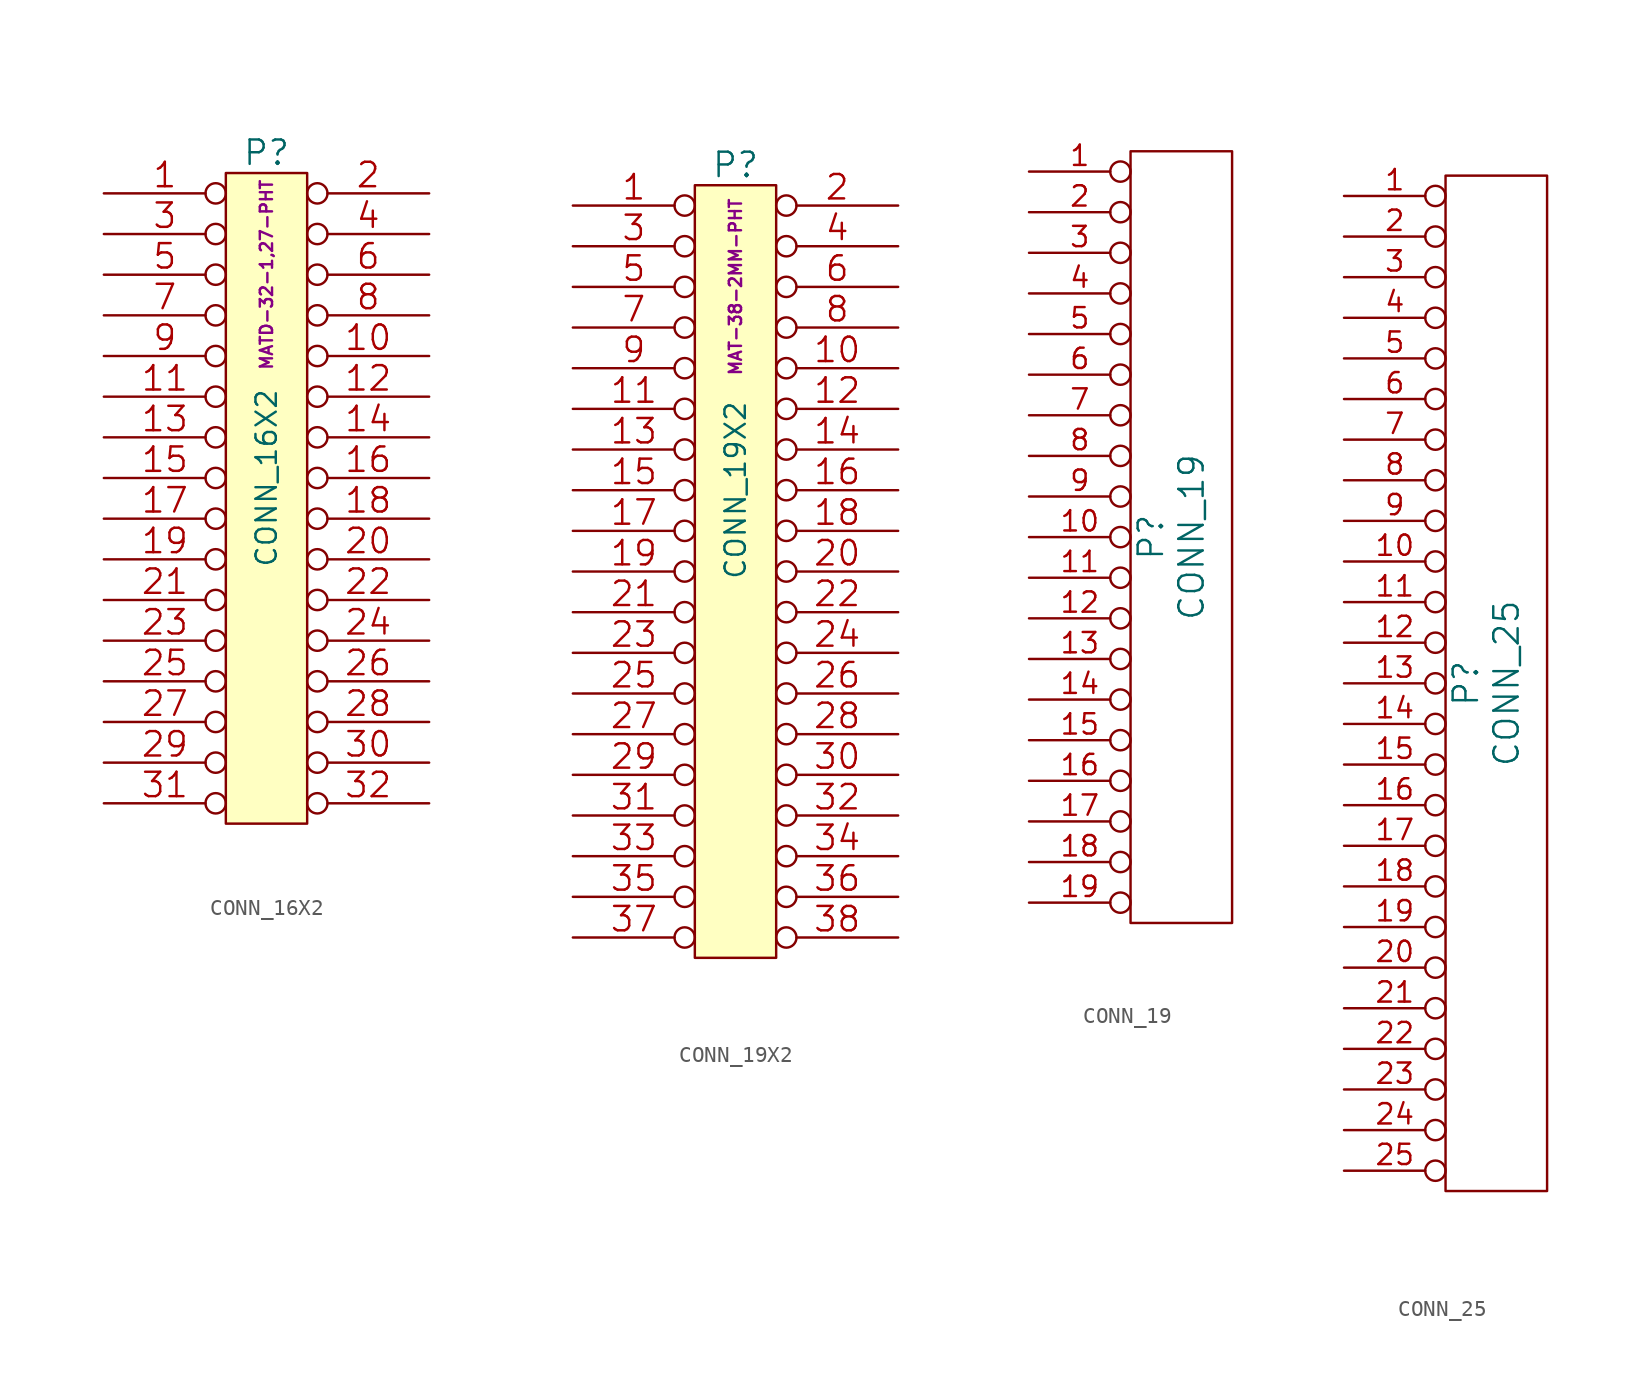
<source format=kicad_sym>
(kicad_symbol_lib
  (version 20220914)
  (generator kicad_symbol_editor)
  (symbol "CONN_16X2"
    (pin_names
      (offset 0.254) hide)
    (property "Reference" "P"
      (at 0 21.59 0)
      (effects (font (size 1.524 1.524))))
    (property "Value" "CONN_16X2"
      (at 0 1.27 90)
      (effects (font (size 1.27 1.27))))
    (property "Footprint" "MATD-32-1,27-PHT"
      (at 0 13.97 90)
      (effects (font (size 0.762 0.762))))
    (property "Datasheet" ""
      (at 0 0 0)
      (effects (font (size 1.524 1.524))))
    (symbol "CONN_16X2_0_1"
      (rectangle (start -2.54 20.32) (end 2.54 -20.32) (stroke (width 0) (type default)) (fill (type background))))
    (symbol "CONN_16X2_1_1"
      (pin passive inverted (at -10.16 19.05 0) (length 7.62) (name "P1" (effects (font (size 0.762 0.762)))) (number "1" (effects (font (size 1.524 1.524)))))
      (pin passive inverted (at 10.16 8.89 180) (length 7.62) (name "P10" (effects (font (size 0.762 0.762)))) (number "10" (effects (font (size 1.524 1.524)))))
      (pin passive inverted (at -10.16 6.35 0) (length 7.62) (name "P11" (effects (font (size 0.762 0.762)))) (number "11" (effects (font (size 1.524 1.524)))))
      (pin passive inverted (at 10.16 6.35 180) (length 7.62) (name "P12" (effects (font (size 0.762 0.762)))) (number "12" (effects (font (size 1.524 1.524)))))
      (pin passive inverted (at -10.16 3.81 0) (length 7.62) (name "P13" (effects (font (size 0.762 0.762)))) (number "13" (effects (font (size 1.524 1.524)))))
      (pin passive inverted (at 10.16 3.81 180) (length 7.62) (name "P14" (effects (font (size 0.762 0.762)))) (number "14" (effects (font (size 1.524 1.524)))))
      (pin passive inverted (at -10.16 1.27 0) (length 7.62) (name "P15" (effects (font (size 0.762 0.762)))) (number "15" (effects (font (size 1.524 1.524)))))
      (pin passive inverted (at 10.16 1.27 180) (length 7.62) (name "P16" (effects (font (size 0.762 0.762)))) (number "16" (effects (font (size 1.524 1.524)))))
      (pin passive inverted (at -10.16 -1.27 0) (length 7.62) (name "P17" (effects (font (size 0.762 0.762)))) (number "17" (effects (font (size 1.524 1.524)))))
      (pin passive inverted (at 10.16 -1.27 180) (length 7.62) (name "P18" (effects (font (size 0.762 0.762)))) (number "18" (effects (font (size 1.524 1.524)))))
      (pin passive inverted (at -10.16 -3.81 0) (length 7.62) (name "P19" (effects (font (size 0.762 0.762)))) (number "19" (effects (font (size 1.524 1.524)))))
      (pin passive inverted (at 10.16 19.05 180) (length 7.62) (name "P2" (effects (font (size 0.762 0.762)))) (number "2" (effects (font (size 1.524 1.524)))))
      (pin passive inverted (at 10.16 -3.81 180) (length 7.62) (name "P20" (effects (font (size 0.762 0.762)))) (number "20" (effects (font (size 1.524 1.524)))))
      (pin passive inverted (at -10.16 -6.35 0) (length 7.62) (name "P21" (effects (font (size 0.762 0.762)))) (number "21" (effects (font (size 1.524 1.524)))))
      (pin passive inverted (at 10.16 -6.35 180) (length 7.62) (name "P22" (effects (font (size 0.762 0.762)))) (number "22" (effects (font (size 1.524 1.524)))))
      (pin passive inverted (at -10.16 -8.89 0) (length 7.62) (name "P23" (effects (font (size 0.762 0.762)))) (number "23" (effects (font (size 1.524 1.524)))))
      (pin passive inverted (at 10.16 -8.89 180) (length 7.62) (name "P24" (effects (font (size 0.762 0.762)))) (number "24" (effects (font (size 1.524 1.524)))))
      (pin passive inverted (at -10.16 -11.43 0) (length 7.62) (name "~" (effects (font (size 0.762 0.762)))) (number "25" (effects (font (size 1.524 1.524)))))
      (pin passive inverted (at 10.16 -11.43 180) (length 7.62) (name "P26" (effects (font (size 0.762 0.762)))) (number "26" (effects (font (size 1.524 1.524)))))
      (pin passive inverted (at -10.16 -13.97 0) (length 7.62) (name "P27" (effects (font (size 0.762 0.762)))) (number "27" (effects (font (size 1.524 1.524)))))
      (pin passive inverted (at 10.16 -13.97 180) (length 7.62) (name "P28" (effects (font (size 0.762 0.762)))) (number "28" (effects (font (size 1.524 1.524)))))
      (pin passive inverted (at -10.16 -16.51 0) (length 7.62) (name "P29" (effects (font (size 0.762 0.762)))) (number "29" (effects (font (size 1.524 1.524)))))
      (pin passive inverted (at -10.16 16.51 0) (length 7.62) (name "P3" (effects (font (size 0.762 0.762)))) (number "3" (effects (font (size 1.524 1.524)))))
      (pin passive inverted (at 10.16 -16.51 180) (length 7.62) (name "P30" (effects (font (size 0.762 0.762)))) (number "30" (effects (font (size 1.524 1.524)))))
      (pin passive inverted (at -10.16 -19.05 0) (length 7.62) (name "P31" (effects (font (size 0.762 0.762)))) (number "31" (effects (font (size 1.524 1.524)))))
      (pin passive inverted (at 10.16 -19.05 180) (length 7.62) (name "P32" (effects (font (size 0.762 0.762)))) (number "32" (effects (font (size 1.524 1.524)))))
      (pin passive inverted (at 10.16 16.51 180) (length 7.62) (name "P4" (effects (font (size 0.762 0.762)))) (number "4" (effects (font (size 1.524 1.524)))))
      (pin passive inverted (at -10.16 13.97 0) (length 7.62) (name "P5" (effects (font (size 0.762 0.762)))) (number "5" (effects (font (size 1.524 1.524)))))
      (pin passive inverted (at 10.16 13.97 180) (length 7.62) (name "P6" (effects (font (size 0.762 0.762)))) (number "6" (effects (font (size 1.524 1.524)))))
      (pin passive inverted (at -10.16 11.43 0) (length 7.62) (name "P7" (effects (font (size 0.762 0.762)))) (number "7" (effects (font (size 1.524 1.524)))))
      (pin passive inverted (at 10.16 11.43 180) (length 7.62) (name "P8" (effects (font (size 0.762 0.762)))) (number "8" (effects (font (size 1.524 1.524)))))
      (pin passive inverted (at -10.16 8.89 0) (length 7.62) (name "P9" (effects (font (size 0.762 0.762)))) (number "9" (effects (font (size 1.524 1.524)))))))
  (symbol "CONN_19X2"
    (pin_names
      (offset 0.254) hide)
    (property "Reference" "P"
      (at 0 25.4 0)
      (effects (font (size 1.524 1.524))))
    (property "Value" "CONN_19X2"
      (at 0 5.08 90)
      (effects (font (size 1.27 1.27))))
    (property "Footprint" "MAT-38-2MM-PHT"
      (at 0 17.78 90)
      (effects (font (size 0.762 0.762))))
    (property "Datasheet" ""
      (at 0 0 0)
      (effects (font (size 1.524 1.524))))
    (symbol "CONN_19X2_0_1"
      (rectangle (start -2.54 24.13) (end 2.54 -24.13) (stroke (width 0) (type default)) (fill (type background))))
    (symbol "CONN_19X2_1_1"
      (pin passive inverted (at -10.16 22.86 0) (length 7.62) (name "P1" (effects (font (size 0.762 0.762)))) (number "1" (effects (font (size 1.524 1.524)))))
      (pin passive inverted (at 10.16 12.7 180) (length 7.62) (name "P10" (effects (font (size 0.762 0.762)))) (number "10" (effects (font (size 1.524 1.524)))))
      (pin passive inverted (at -10.16 10.16 0) (length 7.62) (name "P11" (effects (font (size 0.762 0.762)))) (number "11" (effects (font (size 1.524 1.524)))))
      (pin passive inverted (at 10.16 10.16 180) (length 7.62) (name "P12" (effects (font (size 0.762 0.762)))) (number "12" (effects (font (size 1.524 1.524)))))
      (pin passive inverted (at -10.16 7.62 0) (length 7.62) (name "P13" (effects (font (size 0.762 0.762)))) (number "13" (effects (font (size 1.524 1.524)))))
      (pin passive inverted (at 10.16 7.62 180) (length 7.62) (name "P14" (effects (font (size 0.762 0.762)))) (number "14" (effects (font (size 1.524 1.524)))))
      (pin passive inverted (at -10.16 5.08 0) (length 7.62) (name "P15" (effects (font (size 0.762 0.762)))) (number "15" (effects (font (size 1.524 1.524)))))
      (pin passive inverted (at 10.16 5.08 180) (length 7.62) (name "P16" (effects (font (size 0.762 0.762)))) (number "16" (effects (font (size 1.524 1.524)))))
      (pin passive inverted (at -10.16 2.54 0) (length 7.62) (name "P17" (effects (font (size 0.762 0.762)))) (number "17" (effects (font (size 1.524 1.524)))))
      (pin passive inverted (at 10.16 2.54 180) (length 7.62) (name "P18" (effects (font (size 0.762 0.762)))) (number "18" (effects (font (size 1.524 1.524)))))
      (pin passive inverted (at -10.16 0 0) (length 7.62) (name "P19" (effects (font (size 0.762 0.762)))) (number "19" (effects (font (size 1.524 1.524)))))
      (pin passive inverted (at 10.16 22.86 180) (length 7.62) (name "P2" (effects (font (size 0.762 0.762)))) (number "2" (effects (font (size 1.524 1.524)))))
      (pin passive inverted (at 10.16 0 180) (length 7.62) (name "P20" (effects (font (size 0.762 0.762)))) (number "20" (effects (font (size 1.524 1.524)))))
      (pin passive inverted (at -10.16 -2.54 0) (length 7.62) (name "P21" (effects (font (size 0.762 0.762)))) (number "21" (effects (font (size 1.524 1.524)))))
      (pin passive inverted (at 10.16 -2.54 180) (length 7.62) (name "P22" (effects (font (size 0.762 0.762)))) (number "22" (effects (font (size 1.524 1.524)))))
      (pin passive inverted (at -10.16 -5.08 0) (length 7.62) (name "P23" (effects (font (size 0.762 0.762)))) (number "23" (effects (font (size 1.524 1.524)))))
      (pin passive inverted (at 10.16 -5.08 180) (length 7.62) (name "P24" (effects (font (size 0.762 0.762)))) (number "24" (effects (font (size 1.524 1.524)))))
      (pin passive inverted (at -10.16 -7.62 0) (length 7.62) (name "~" (effects (font (size 0.762 0.762)))) (number "25" (effects (font (size 1.524 1.524)))))
      (pin passive inverted (at 10.16 -7.62 180) (length 7.62) (name "P26" (effects (font (size 0.762 0.762)))) (number "26" (effects (font (size 1.524 1.524)))))
      (pin passive inverted (at -10.16 -10.16 0) (length 7.62) (name "P27" (effects (font (size 0.762 0.762)))) (number "27" (effects (font (size 1.524 1.524)))))
      (pin passive inverted (at 10.16 -10.16 180) (length 7.62) (name "P28" (effects (font (size 0.762 0.762)))) (number "28" (effects (font (size 1.524 1.524)))))
      (pin passive inverted (at -10.16 -12.7 0) (length 7.62) (name "P29" (effects (font (size 0.762 0.762)))) (number "29" (effects (font (size 1.524 1.524)))))
      (pin passive inverted (at -10.16 20.32 0) (length 7.62) (name "P3" (effects (font (size 0.762 0.762)))) (number "3" (effects (font (size 1.524 1.524)))))
      (pin passive inverted (at 10.16 -12.7 180) (length 7.62) (name "P30" (effects (font (size 0.762 0.762)))) (number "30" (effects (font (size 1.524 1.524)))))
      (pin passive inverted (at -10.16 -15.24 0) (length 7.62) (name "P31" (effects (font (size 0.762 0.762)))) (number "31" (effects (font (size 1.524 1.524)))))
      (pin passive inverted (at 10.16 -15.24 180) (length 7.62) (name "P24" (effects (font (size 0.762 0.762)))) (number "32" (effects (font (size 1.524 1.524)))))
      (pin passive inverted (at -10.16 -17.78 0) (length 7.62) (name "~" (effects (font (size 0.762 0.762)))) (number "33" (effects (font (size 1.524 1.524)))))
      (pin passive inverted (at 10.16 -17.78 180) (length 7.62) (name "P26" (effects (font (size 0.762 0.762)))) (number "34" (effects (font (size 1.524 1.524)))))
      (pin passive inverted (at -10.16 -20.32 0) (length 7.62) (name "P27" (effects (font (size 0.762 0.762)))) (number "35" (effects (font (size 1.524 1.524)))))
      (pin passive inverted (at 10.16 -20.32 180) (length 7.62) (name "P28" (effects (font (size 0.762 0.762)))) (number "36" (effects (font (size 1.524 1.524)))))
      (pin passive inverted (at -10.16 -22.86 0) (length 7.62) (name "P29" (effects (font (size 0.762 0.762)))) (number "37" (effects (font (size 1.524 1.524)))))
      (pin passive inverted (at 10.16 -22.86 180) (length 7.62) (name "P30" (effects (font (size 0.762 0.762)))) (number "38" (effects (font (size 1.524 1.524)))))
      (pin passive inverted (at 10.16 20.32 180) (length 7.62) (name "P4" (effects (font (size 0.762 0.762)))) (number "4" (effects (font (size 1.524 1.524)))))
      (pin passive inverted (at -10.16 17.78 0) (length 7.62) (name "P5" (effects (font (size 0.762 0.762)))) (number "5" (effects (font (size 1.524 1.524)))))
      (pin passive inverted (at 10.16 17.78 180) (length 7.62) (name "P6" (effects (font (size 0.762 0.762)))) (number "6" (effects (font (size 1.524 1.524)))))
      (pin passive inverted (at -10.16 15.24 0) (length 7.62) (name "P7" (effects (font (size 0.762 0.762)))) (number "7" (effects (font (size 1.524 1.524)))))
      (pin passive inverted (at 10.16 15.24 180) (length 7.62) (name "P8" (effects (font (size 0.762 0.762)))) (number "8" (effects (font (size 1.524 1.524)))))
      (pin passive inverted (at -10.16 12.7 0) (length 7.62) (name "P9" (effects (font (size 0.762 0.762)))) (number "9" (effects (font (size 1.524 1.524)))))))
  (symbol "CONN_19"
    (pin_names
      (offset 1.016) hide)
    (property "Reference" "P"
      (at -1.27 0 90)
      (effects (font (size 1.524 1.524))))
    (property "Value" "CONN_19"
      (at 1.27 0 90)
      (effects (font (size 1.524 1.524))))
    (property "Footprint" ""
      (at 0 0 0)
      (effects (font (size 1.524 1.524))))
    (property "Datasheet" ""
      (at 0 0 0)
      (effects (font (size 1.524 1.524))))
    (symbol "CONN_19_0_1"
      (rectangle (start -2.54 -24.13) (end 3.81 24.13) (stroke (width 0) (type default)) (fill (type none))))
    (symbol "CONN_19_1_1"
      (pin passive inverted (at -8.89 22.86 0) (length 6.35) (name "P1" (effects (font (size 1.27 1.27)))) (number "1" (effects (font (size 1.27 1.27)))))
      (pin passive inverted (at -8.89 0 0) (length 6.35) (name "P10" (effects (font (size 1.27 1.27)))) (number "10" (effects (font (size 1.27 1.27)))))
      (pin passive inverted (at -8.89 -2.54 0) (length 6.35) (name "P11" (effects (font (size 1.27 1.27)))) (number "11" (effects (font (size 1.27 1.27)))))
      (pin passive inverted (at -8.89 -5.08 0) (length 6.35) (name "P12" (effects (font (size 1.27 1.27)))) (number "12" (effects (font (size 1.27 1.27)))))
      (pin passive inverted (at -8.89 -7.62 0) (length 6.35) (name "P13" (effects (font (size 1.27 1.27)))) (number "13" (effects (font (size 1.27 1.27)))))
      (pin passive inverted (at -8.89 -10.16 0) (length 6.35) (name "P14" (effects (font (size 1.27 1.27)))) (number "14" (effects (font (size 1.27 1.27)))))
      (pin passive inverted (at -8.89 -12.7 0) (length 6.35) (name "P15" (effects (font (size 1.27 1.27)))) (number "15" (effects (font (size 1.27 1.27)))))
      (pin passive inverted (at -8.89 -15.24 0) (length 6.35) (name "P16" (effects (font (size 1.27 1.27)))) (number "16" (effects (font (size 1.27 1.27)))))
      (pin passive inverted (at -8.89 -17.78 0) (length 6.35) (name "P17" (effects (font (size 1.27 1.27)))) (number "17" (effects (font (size 1.27 1.27)))))
      (pin passive inverted (at -8.89 -20.32 0) (length 6.35) (name "P18" (effects (font (size 1.27 1.27)))) (number "18" (effects (font (size 1.27 1.27)))))
      (pin passive inverted (at -8.89 -22.86 0) (length 6.35) (name "P19" (effects (font (size 1.27 1.27)))) (number "19" (effects (font (size 1.27 1.27)))))
      (pin passive inverted (at -8.89 20.32 0) (length 6.35) (name "P2" (effects (font (size 1.27 1.27)))) (number "2" (effects (font (size 1.27 1.27)))))
      (pin passive inverted (at -8.89 17.78 0) (length 6.35) (name "P3" (effects (font (size 1.27 1.27)))) (number "3" (effects (font (size 1.27 1.27)))))
      (pin passive inverted (at -8.89 15.24 0) (length 6.35) (name "P4" (effects (font (size 1.27 1.27)))) (number "4" (effects (font (size 1.27 1.27)))))
      (pin passive inverted (at -8.89 12.7 0) (length 6.35) (name "P5" (effects (font (size 1.27 1.27)))) (number "5" (effects (font (size 1.27 1.27)))))
      (pin passive inverted (at -8.89 10.16 0) (length 6.35) (name "P6" (effects (font (size 1.27 1.27)))) (number "6" (effects (font (size 1.27 1.27)))))
      (pin passive inverted (at -8.89 7.62 0) (length 6.35) (name "P7" (effects (font (size 1.27 1.27)))) (number "7" (effects (font (size 1.27 1.27)))))
      (pin passive inverted (at -8.89 5.08 0) (length 6.35) (name "P8" (effects (font (size 1.27 1.27)))) (number "8" (effects (font (size 1.27 1.27)))))
      (pin passive inverted (at -8.89 2.54 0) (length 6.35) (name "P9" (effects (font (size 1.27 1.27)))) (number "9" (effects (font (size 1.27 1.27)))))))
  (symbol "CONN_25"
    (pin_names
      (offset 1.016) hide)
    (property "Reference" "P"
      (at -1.27 0 90)
      (effects (font (size 1.524 1.524))))
    (property "Value" "CONN_25"
      (at 1.27 0 90)
      (effects (font (size 1.524 1.524))))
    (property "Footprint" ""
      (at 0 0 0)
      (effects (font (size 1.524 1.524))))
    (property "Datasheet" ""
      (at 0 0 0)
      (effects (font (size 1.524 1.524))))
    (symbol "CONN_25_0_1"
      (rectangle (start -2.54 -31.75) (end 3.81 31.75) (stroke (width 0) (type default)) (fill (type none))))
    (symbol "CONN_25_1_1"
      (pin passive inverted (at -8.89 30.48 0) (length 6.35) (name "P1" (effects (font (size 1.27 1.27)))) (number "1" (effects (font (size 1.27 1.27)))))
      (pin passive inverted (at -8.89 7.62 0) (length 6.35) (name "P10" (effects (font (size 1.27 1.27)))) (number "10" (effects (font (size 1.27 1.27)))))
      (pin passive inverted (at -8.89 5.08 0) (length 6.35) (name "P11" (effects (font (size 1.27 1.27)))) (number "11" (effects (font (size 1.27 1.27)))))
      (pin passive inverted (at -8.89 2.54 0) (length 6.35) (name "P12" (effects (font (size 1.27 1.27)))) (number "12" (effects (font (size 1.27 1.27)))))
      (pin passive inverted (at -8.89 0 0) (length 6.35) (name "P13" (effects (font (size 1.27 1.27)))) (number "13" (effects (font (size 1.27 1.27)))))
      (pin passive inverted (at -8.89 -2.54 0) (length 6.35) (name "P14" (effects (font (size 1.27 1.27)))) (number "14" (effects (font (size 1.27 1.27)))))
      (pin passive inverted (at -8.89 -5.08 0) (length 6.35) (name "P15" (effects (font (size 1.27 1.27)))) (number "15" (effects (font (size 1.27 1.27)))))
      (pin passive inverted (at -8.89 -7.62 0) (length 6.35) (name "P16" (effects (font (size 1.27 1.27)))) (number "16" (effects (font (size 1.27 1.27)))))
      (pin passive inverted (at -8.89 -10.16 0) (length 6.35) (name "P17" (effects (font (size 1.27 1.27)))) (number "17" (effects (font (size 1.27 1.27)))))
      (pin passive inverted (at -8.89 -12.7 0) (length 6.35) (name "P18" (effects (font (size 1.27 1.27)))) (number "18" (effects (font (size 1.27 1.27)))))
      (pin passive inverted (at -8.89 -15.24 0) (length 6.35) (name "P19" (effects (font (size 1.27 1.27)))) (number "19" (effects (font (size 1.27 1.27)))))
      (pin passive inverted (at -8.89 27.94 0) (length 6.35) (name "P2" (effects (font (size 1.27 1.27)))) (number "2" (effects (font (size 1.27 1.27)))))
      (pin passive inverted (at -8.89 -17.78 0) (length 6.35) (name "P20" (effects (font (size 1.27 1.27)))) (number "20" (effects (font (size 1.27 1.27)))))
      (pin input inverted (at -8.89 -20.32 0) (length 6.35) (name "P21" (effects (font (size 1.27 1.27)))) (number "21" (effects (font (size 1.27 1.27)))))
      (pin input inverted (at -8.89 -22.86 0) (length 6.35) (name "P22" (effects (font (size 1.27 1.27)))) (number "22" (effects (font (size 1.27 1.27)))))
      (pin input inverted (at -8.89 -25.4 0) (length 6.35) (name "P23" (effects (font (size 1.27 1.27)))) (number "23" (effects (font (size 1.27 1.27)))))
      (pin input inverted (at -8.89 -27.94 0) (length 6.35) (name "P24" (effects (font (size 1.27 1.27)))) (number "24" (effects (font (size 1.27 1.27)))))
      (pin input inverted (at -8.89 -30.48 0) (length 6.35) (name "P25" (effects (font (size 1.27 1.27)))) (number "25" (effects (font (size 1.27 1.27)))))
      (pin passive inverted (at -8.89 25.4 0) (length 6.35) (name "P3" (effects (font (size 1.27 1.27)))) (number "3" (effects (font (size 1.27 1.27)))))
      (pin passive inverted (at -8.89 22.86 0) (length 6.35) (name "P4" (effects (font (size 1.27 1.27)))) (number "4" (effects (font (size 1.27 1.27)))))
      (pin passive inverted (at -8.89 20.32 0) (length 6.35) (name "P5" (effects (font (size 1.27 1.27)))) (number "5" (effects (font (size 1.27 1.27)))))
      (pin passive inverted (at -8.89 17.78 0) (length 6.35) (name "P6" (effects (font (size 1.27 1.27)))) (number "6" (effects (font (size 1.27 1.27)))))
      (pin passive inverted (at -8.89 15.24 0) (length 6.35) (name "P7" (effects (font (size 1.27 1.27)))) (number "7" (effects (font (size 1.27 1.27)))))
      (pin passive inverted (at -8.89 12.7 0) (length 6.35) (name "P8" (effects (font (size 1.27 1.27)))) (number "8" (effects (font (size 1.27 1.27)))))
      (pin passive inverted (at -8.89 10.16 0) (length 6.35) (name "P9" (effects (font (size 1.27 1.27)))) (number "9" (effects (font (size 1.27 1.27))))))))
</source>
